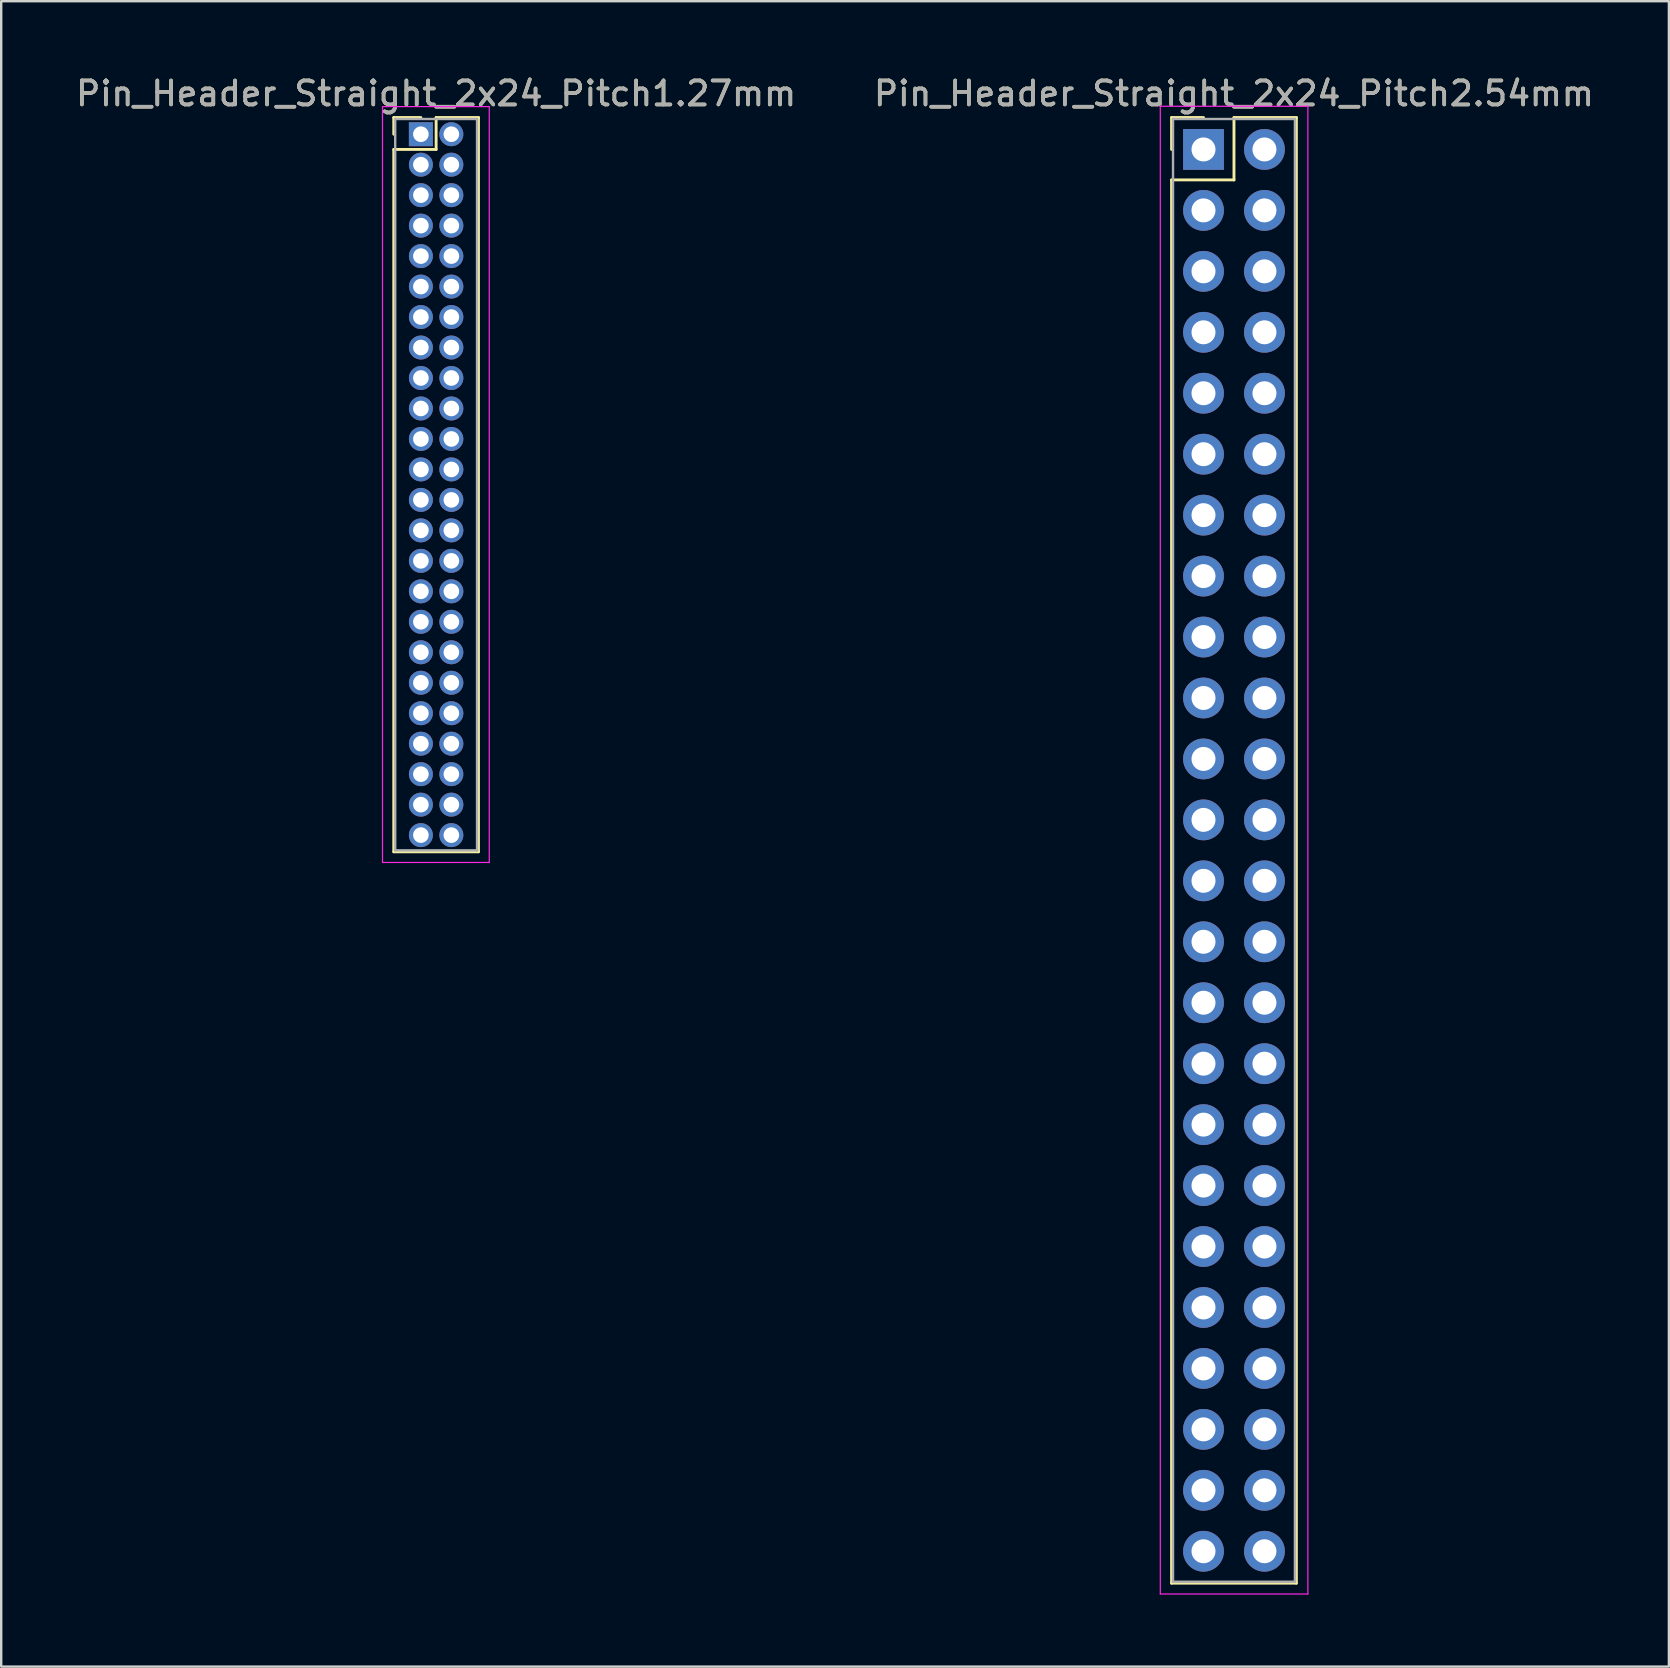
<source format=kicad_pcb>
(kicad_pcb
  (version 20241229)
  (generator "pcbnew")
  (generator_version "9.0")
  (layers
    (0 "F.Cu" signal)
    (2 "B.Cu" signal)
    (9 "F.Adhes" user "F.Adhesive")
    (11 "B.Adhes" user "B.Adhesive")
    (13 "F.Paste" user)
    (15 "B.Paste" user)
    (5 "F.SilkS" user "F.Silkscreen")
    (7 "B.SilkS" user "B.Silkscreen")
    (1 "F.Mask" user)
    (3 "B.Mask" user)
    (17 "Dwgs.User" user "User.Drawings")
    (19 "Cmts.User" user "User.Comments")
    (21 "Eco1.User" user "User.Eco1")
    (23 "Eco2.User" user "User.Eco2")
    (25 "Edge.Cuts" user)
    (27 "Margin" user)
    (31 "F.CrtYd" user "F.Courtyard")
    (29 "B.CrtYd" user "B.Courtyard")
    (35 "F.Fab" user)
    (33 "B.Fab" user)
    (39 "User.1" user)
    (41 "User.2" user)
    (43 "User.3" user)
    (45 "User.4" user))
  (footprint "Pin_Header_Straight_2x24_Pitch2.54mm"
    (layer "F.Cu")
    (at 47.105 3.178)
    (property "Reference" "Pin_Header_Straight_2x24_Pitch2.54mm" (at 1.27 -2.33 0) (layer "F.SilkS") (effects (font (size 1 1) (thickness 0.15))))
    (attr through_hole)
    (fp_line (start -1.33 -1.33) (end 0 -1.33) (stroke (width 0.12) (type solid)) (layer "F.SilkS"))
    (fp_line (start -1.33 0) (end -1.33 -1.33) (stroke (width 0.12) (type solid)) (layer "F.SilkS"))
    (fp_line (start -1.33 1.27) (end -1.33 59.75) (stroke (width 0.12) (type solid)) (layer "F.SilkS"))
    (fp_line (start -1.33 59.75) (end 3.87 59.75) (stroke (width 0.12) (type solid)) (layer "F.SilkS"))
    (fp_line (start 1.27 -1.33) (end 1.27 1.27) (stroke (width 0.12) (type solid)) (layer "F.SilkS"))
    (fp_line (start 1.27 1.27) (end -1.33 1.27) (stroke (width 0.12) (type solid)) (layer "F.SilkS"))
    (fp_line (start 3.87 -1.33) (end 1.27 -1.33) (stroke (width 0.12) (type solid)) (layer "F.SilkS"))
    (fp_line (start 3.87 59.75) (end 3.87 -1.33) (stroke (width 0.12) (type solid)) (layer "F.SilkS"))
    (fp_line (start -1.8 -1.8) (end -1.8 60.2) (stroke (width 0.05) (type solid)) (layer "F.CrtYd"))
    (fp_line (start -1.8 60.2) (end 4.35 60.2) (stroke (width 0.05) (type solid)) (layer "F.CrtYd"))
    (fp_line (start 4.35 -1.8) (end -1.8 -1.8) (stroke (width 0.05) (type solid)) (layer "F.CrtYd"))
    (fp_line (start 4.35 60.2) (end 4.35 -1.8) (stroke (width 0.05) (type solid)) (layer "F.CrtYd"))
    (fp_line (start -1.27 -1.27) (end -1.27 59.69) (stroke (width 0.1) (type solid)) (layer "F.Fab"))
    (fp_line (start -1.27 59.69) (end 3.81 59.69) (stroke (width 0.1) (type solid)) (layer "F.Fab"))
    (fp_line (start 3.81 -1.27) (end -1.27 -1.27) (stroke (width 0.1) (type solid)) (layer "F.Fab"))
    (fp_line (start 3.81 59.69) (end 3.81 -1.27) (stroke (width 0.1) (type solid)) (layer "F.Fab"))
    (fp_text user "${REFERENCE}" (at 1.27 -2.33 0) (layer "F.Fab") (effects (font (size 1 1) (thickness 0.15))))
    (pad "1" thru_hole rect (at 0 0) (size 1.7 1.7) (drill 1) (layers "*.Cu" "*.Mask"))
    (pad "2" thru_hole oval (at 2.54 0) (size 1.7 1.7) (drill 1) (layers "*.Cu" "*.Mask"))
    (pad "3" thru_hole oval (at 0 2.54) (size 1.7 1.7) (drill 1) (layers "*.Cu" "*.Mask"))
    (pad "4" thru_hole oval (at 2.54 2.54) (size 1.7 1.7) (drill 1) (layers "*.Cu" "*.Mask"))
    (pad "5" thru_hole oval (at 0 5.08) (size 1.7 1.7) (drill 1) (layers "*.Cu" "*.Mask"))
    (pad "6" thru_hole oval (at 2.54 5.08) (size 1.7 1.7) (drill 1) (layers "*.Cu" "*.Mask"))
    (pad "7" thru_hole oval (at 0 7.62) (size 1.7 1.7) (drill 1) (layers "*.Cu" "*.Mask"))
    (pad "8" thru_hole oval (at 2.54 7.62) (size 1.7 1.7) (drill 1) (layers "*.Cu" "*.Mask"))
    (pad "9" thru_hole oval (at 0 10.16) (size 1.7 1.7) (drill 1) (layers "*.Cu" "*.Mask"))
    (pad "10" thru_hole oval (at 2.54 10.16) (size 1.7 1.7) (drill 1) (layers "*.Cu" "*.Mask"))
    (pad "11" thru_hole oval (at 0 12.7) (size 1.7 1.7) (drill 1) (layers "*.Cu" "*.Mask"))
    (pad "12" thru_hole oval (at 2.54 12.7) (size 1.7 1.7) (drill 1) (layers "*.Cu" "*.Mask"))
    (pad "13" thru_hole oval (at 0 15.24) (size 1.7 1.7) (drill 1) (layers "*.Cu" "*.Mask"))
    (pad "14" thru_hole oval (at 2.54 15.24) (size 1.7 1.7) (drill 1) (layers "*.Cu" "*.Mask"))
    (pad "15" thru_hole oval (at 0 17.78) (size 1.7 1.7) (drill 1) (layers "*.Cu" "*.Mask"))
    (pad "16" thru_hole oval (at 2.54 17.78) (size 1.7 1.7) (drill 1) (layers "*.Cu" "*.Mask"))
    (pad "17" thru_hole oval (at 0 20.32) (size 1.7 1.7) (drill 1) (layers "*.Cu" "*.Mask"))
    (pad "18" thru_hole oval (at 2.54 20.32) (size 1.7 1.7) (drill 1) (layers "*.Cu" "*.Mask"))
    (pad "19" thru_hole oval (at 0 22.86) (size 1.7 1.7) (drill 1) (layers "*.Cu" "*.Mask"))
    (pad "20" thru_hole oval (at 2.54 22.86) (size 1.7 1.7) (drill 1) (layers "*.Cu" "*.Mask"))
    (pad "21" thru_hole oval (at 0 25.4) (size 1.7 1.7) (drill 1) (layers "*.Cu" "*.Mask"))
    (pad "22" thru_hole oval (at 2.54 25.4) (size 1.7 1.7) (drill 1) (layers "*.Cu" "*.Mask"))
    (pad "23" thru_hole oval (at 0 27.94) (size 1.7 1.7) (drill 1) (layers "*.Cu" "*.Mask"))
    (pad "24" thru_hole oval (at 2.54 27.94) (size 1.7 1.7) (drill 1) (layers "*.Cu" "*.Mask"))
    (pad "25" thru_hole oval (at 0 30.48) (size 1.7 1.7) (drill 1) (layers "*.Cu" "*.Mask"))
    (pad "26" thru_hole oval (at 2.54 30.48) (size 1.7 1.7) (drill 1) (layers "*.Cu" "*.Mask"))
    (pad "27" thru_hole oval (at 0 33.02) (size 1.7 1.7) (drill 1) (layers "*.Cu" "*.Mask"))
    (pad "28" thru_hole oval (at 2.54 33.02) (size 1.7 1.7) (drill 1) (layers "*.Cu" "*.Mask"))
    (pad "29" thru_hole oval (at 0 35.56) (size 1.7 1.7) (drill 1) (layers "*.Cu" "*.Mask"))
    (pad "30" thru_hole oval (at 2.54 35.56) (size 1.7 1.7) (drill 1) (layers "*.Cu" "*.Mask"))
    (pad "31" thru_hole oval (at 0 38.1) (size 1.7 1.7) (drill 1) (layers "*.Cu" "*.Mask"))
    (pad "32" thru_hole oval (at 2.54 38.1) (size 1.7 1.7) (drill 1) (layers "*.Cu" "*.Mask"))
    (pad "33" thru_hole oval (at 0 40.64) (size 1.7 1.7) (drill 1) (layers "*.Cu" "*.Mask"))
    (pad "34" thru_hole oval (at 2.54 40.64) (size 1.7 1.7) (drill 1) (layers "*.Cu" "*.Mask"))
    (pad "35" thru_hole oval (at 0 43.18) (size 1.7 1.7) (drill 1) (layers "*.Cu" "*.Mask"))
    (pad "36" thru_hole oval (at 2.54 43.18) (size 1.7 1.7) (drill 1) (layers "*.Cu" "*.Mask"))
    (pad "37" thru_hole oval (at 0 45.72) (size 1.7 1.7) (drill 1) (layers "*.Cu" "*.Mask"))
    (pad "38" thru_hole oval (at 2.54 45.72) (size 1.7 1.7) (drill 1) (layers "*.Cu" "*.Mask"))
    (pad "39" thru_hole oval (at 0 48.26) (size 1.7 1.7) (drill 1) (layers "*.Cu" "*.Mask"))
    (pad "40" thru_hole oval (at 2.54 48.26) (size 1.7 1.7) (drill 1) (layers "*.Cu" "*.Mask"))
    (pad "41" thru_hole oval (at 0 50.8) (size 1.7 1.7) (drill 1) (layers "*.Cu" "*.Mask"))
    (pad "42" thru_hole oval (at 2.54 50.8) (size 1.7 1.7) (drill 1) (layers "*.Cu" "*.Mask"))
    (pad "43" thru_hole oval (at 0 53.34) (size 1.7 1.7) (drill 1) (layers "*.Cu" "*.Mask"))
    (pad "44" thru_hole oval (at 2.54 53.34) (size 1.7 1.7) (drill 1) (layers "*.Cu" "*.Mask"))
    (pad "45" thru_hole oval (at 0 55.88) (size 1.7 1.7) (drill 1) (layers "*.Cu" "*.Mask"))
    (pad "46" thru_hole oval (at 2.54 55.88) (size 1.7 1.7) (drill 1) (layers "*.Cu" "*.Mask"))
    (pad "47" thru_hole oval (at 0 58.42) (size 1.7 1.7) (drill 1) (layers "*.Cu" "*.Mask"))
    (pad "48" thru_hole oval (at 2.54 58.42) (size 1.7 1.7) (drill 1) (layers "*.Cu" "*.Mask")))
  (footprint "Pin_Header_Straight_2x24_Pitch1.27mm"
    (layer "F.Cu")
    (at 14.49 2.543)
    (property "Reference" "Pin_Header_Straight_2x24_Pitch1.27mm" (at 0.635 -1.695 0) (layer "F.SilkS") (effects (font (size 1 1) (thickness 0.15))))
    (attr through_hole)
    (fp_line (start -1.13 -0.695) (end 0 -0.695) (stroke (width 0.12) (type solid)) (layer "F.SilkS"))
    (fp_line (start -1.13 0) (end -1.13 -0.695) (stroke (width 0.12) (type solid)) (layer "F.SilkS"))
    (fp_line (start -1.13 0.635) (end -1.13 29.905) (stroke (width 0.12) (type solid)) (layer "F.SilkS"))
    (fp_line (start -1.13 29.905) (end 2.4 29.905) (stroke (width 0.12) (type solid)) (layer "F.SilkS"))
    (fp_line (start 0.635 -0.695) (end 0.635 0.635) (stroke (width 0.12) (type solid)) (layer "F.SilkS"))
    (fp_line (start 0.635 0.635) (end -1.13 0.635) (stroke (width 0.12) (type solid)) (layer "F.SilkS"))
    (fp_line (start 2.4 -0.695) (end 0.635 -0.695) (stroke (width 0.12) (type solid)) (layer "F.SilkS"))
    (fp_line (start 2.4 29.905) (end 2.4 -0.695) (stroke (width 0.12) (type solid)) (layer "F.SilkS"))
    (fp_line (start -1.6 -1.15) (end -1.6 30.35) (stroke (width 0.05) (type solid)) (layer "F.CrtYd"))
    (fp_line (start -1.6 30.35) (end 2.85 30.35) (stroke (width 0.05) (type solid)) (layer "F.CrtYd"))
    (fp_line (start 2.85 -1.15) (end -1.6 -1.15) (stroke (width 0.05) (type solid)) (layer "F.CrtYd"))
    (fp_line (start 2.85 30.35) (end 2.85 -1.15) (stroke (width 0.05) (type solid)) (layer "F.CrtYd"))
    (fp_line (start -1.07 -0.635) (end -1.07 29.845) (stroke (width 0.1) (type solid)) (layer "F.Fab"))
    (fp_line (start -1.07 29.845) (end 2.34 29.845) (stroke (width 0.1) (type solid)) (layer "F.Fab"))
    (fp_line (start 2.34 -0.635) (end -1.07 -0.635) (stroke (width 0.1) (type solid)) (layer "F.Fab"))
    (fp_line (start 2.34 29.845) (end 2.34 -0.635) (stroke (width 0.1) (type solid)) (layer "F.Fab"))
    (fp_text user "${REFERENCE}" (at 0.635 -1.695 0) (layer "F.Fab") (effects (font (size 1 1) (thickness 0.15))))
    (pad "1" thru_hole rect (at 0 0) (size 1 1) (drill 0.65) (layers "*.Cu" "*.Mask"))
    (pad "2" thru_hole oval (at 1.27 0) (size 1 1) (drill 0.65) (layers "*.Cu" "*.Mask"))
    (pad "3" thru_hole oval (at 0 1.27) (size 1 1) (drill 0.65) (layers "*.Cu" "*.Mask"))
    (pad "4" thru_hole oval (at 1.27 1.27) (size 1 1) (drill 0.65) (layers "*.Cu" "*.Mask"))
    (pad "5" thru_hole oval (at 0 2.54) (size 1 1) (drill 0.65) (layers "*.Cu" "*.Mask"))
    (pad "6" thru_hole oval (at 1.27 2.54) (size 1 1) (drill 0.65) (layers "*.Cu" "*.Mask"))
    (pad "7" thru_hole oval (at 0 3.81) (size 1 1) (drill 0.65) (layers "*.Cu" "*.Mask"))
    (pad "8" thru_hole oval (at 1.27 3.81) (size 1 1) (drill 0.65) (layers "*.Cu" "*.Mask"))
    (pad "9" thru_hole oval (at 0 5.08) (size 1 1) (drill 0.65) (layers "*.Cu" "*.Mask"))
    (pad "10" thru_hole oval (at 1.27 5.08) (size 1 1) (drill 0.65) (layers "*.Cu" "*.Mask"))
    (pad "11" thru_hole oval (at 0 6.35) (size 1 1) (drill 0.65) (layers "*.Cu" "*.Mask"))
    (pad "12" thru_hole oval (at 1.27 6.35) (size 1 1) (drill 0.65) (layers "*.Cu" "*.Mask"))
    (pad "13" thru_hole oval (at 0 7.62) (size 1 1) (drill 0.65) (layers "*.Cu" "*.Mask"))
    (pad "14" thru_hole oval (at 1.27 7.62) (size 1 1) (drill 0.65) (layers "*.Cu" "*.Mask"))
    (pad "15" thru_hole oval (at 0 8.89) (size 1 1) (drill 0.65) (layers "*.Cu" "*.Mask"))
    (pad "16" thru_hole oval (at 1.27 8.89) (size 1 1) (drill 0.65) (layers "*.Cu" "*.Mask"))
    (pad "17" thru_hole oval (at 0 10.16) (size 1 1) (drill 0.65) (layers "*.Cu" "*.Mask"))
    (pad "18" thru_hole oval (at 1.27 10.16) (size 1 1) (drill 0.65) (layers "*.Cu" "*.Mask"))
    (pad "19" thru_hole oval (at 0 11.43) (size 1 1) (drill 0.65) (layers "*.Cu" "*.Mask"))
    (pad "20" thru_hole oval (at 1.27 11.43) (size 1 1) (drill 0.65) (layers "*.Cu" "*.Mask"))
    (pad "21" thru_hole oval (at 0 12.7) (size 1 1) (drill 0.65) (layers "*.Cu" "*.Mask"))
    (pad "22" thru_hole oval (at 1.27 12.7) (size 1 1) (drill 0.65) (layers "*.Cu" "*.Mask"))
    (pad "23" thru_hole oval (at 0 13.97) (size 1 1) (drill 0.65) (layers "*.Cu" "*.Mask"))
    (pad "24" thru_hole oval (at 1.27 13.97) (size 1 1) (drill 0.65) (layers "*.Cu" "*.Mask"))
    (pad "25" thru_hole oval (at 0 15.24) (size 1 1) (drill 0.65) (layers "*.Cu" "*.Mask"))
    (pad "26" thru_hole oval (at 1.27 15.24) (size 1 1) (drill 0.65) (layers "*.Cu" "*.Mask"))
    (pad "27" thru_hole oval (at 0 16.51) (size 1 1) (drill 0.65) (layers "*.Cu" "*.Mask"))
    (pad "28" thru_hole oval (at 1.27 16.51) (size 1 1) (drill 0.65) (layers "*.Cu" "*.Mask"))
    (pad "29" thru_hole oval (at 0 17.78) (size 1 1) (drill 0.65) (layers "*.Cu" "*.Mask"))
    (pad "30" thru_hole oval (at 1.27 17.78) (size 1 1) (drill 0.65) (layers "*.Cu" "*.Mask"))
    (pad "31" thru_hole oval (at 0 19.05) (size 1 1) (drill 0.65) (layers "*.Cu" "*.Mask"))
    (pad "32" thru_hole oval (at 1.27 19.05) (size 1 1) (drill 0.65) (layers "*.Cu" "*.Mask"))
    (pad "33" thru_hole oval (at 0 20.32) (size 1 1) (drill 0.65) (layers "*.Cu" "*.Mask"))
    (pad "34" thru_hole oval (at 1.27 20.32) (size 1 1) (drill 0.65) (layers "*.Cu" "*.Mask"))
    (pad "35" thru_hole oval (at 0 21.59) (size 1 1) (drill 0.65) (layers "*.Cu" "*.Mask"))
    (pad "36" thru_hole oval (at 1.27 21.59) (size 1 1) (drill 0.65) (layers "*.Cu" "*.Mask"))
    (pad "37" thru_hole oval (at 0 22.86) (size 1 1) (drill 0.65) (layers "*.Cu" "*.Mask"))
    (pad "38" thru_hole oval (at 1.27 22.86) (size 1 1) (drill 0.65) (layers "*.Cu" "*.Mask"))
    (pad "39" thru_hole oval (at 0 24.13) (size 1 1) (drill 0.65) (layers "*.Cu" "*.Mask"))
    (pad "40" thru_hole oval (at 1.27 24.13) (size 1 1) (drill 0.65) (layers "*.Cu" "*.Mask"))
    (pad "41" thru_hole oval (at 0 25.4) (size 1 1) (drill 0.65) (layers "*.Cu" "*.Mask"))
    (pad "42" thru_hole oval (at 1.27 25.4) (size 1 1) (drill 0.65) (layers "*.Cu" "*.Mask"))
    (pad "43" thru_hole oval (at 0 26.67) (size 1 1) (drill 0.65) (layers "*.Cu" "*.Mask"))
    (pad "44" thru_hole oval (at 1.27 26.67) (size 1 1) (drill 0.65) (layers "*.Cu" "*.Mask"))
    (pad "45" thru_hole oval (at 0 27.94) (size 1 1) (drill 0.65) (layers "*.Cu" "*.Mask"))
    (pad "46" thru_hole oval (at 1.27 27.94) (size 1 1) (drill 0.65) (layers "*.Cu" "*.Mask"))
    (pad "47" thru_hole oval (at 0 29.21) (size 1 1) (drill 0.65) (layers "*.Cu" "*.Mask"))
    (pad "48" thru_hole oval (at 1.27 29.21) (size 1 1) (drill 0.65) (layers "*.Cu" "*.Mask")))
  (gr_rect
    (start -3 -3)
    (end 66.5 66.403)
    (stroke (width 0.1) (type default))
    (fill no)
    (layer "Edge.Cuts")))
</source>
